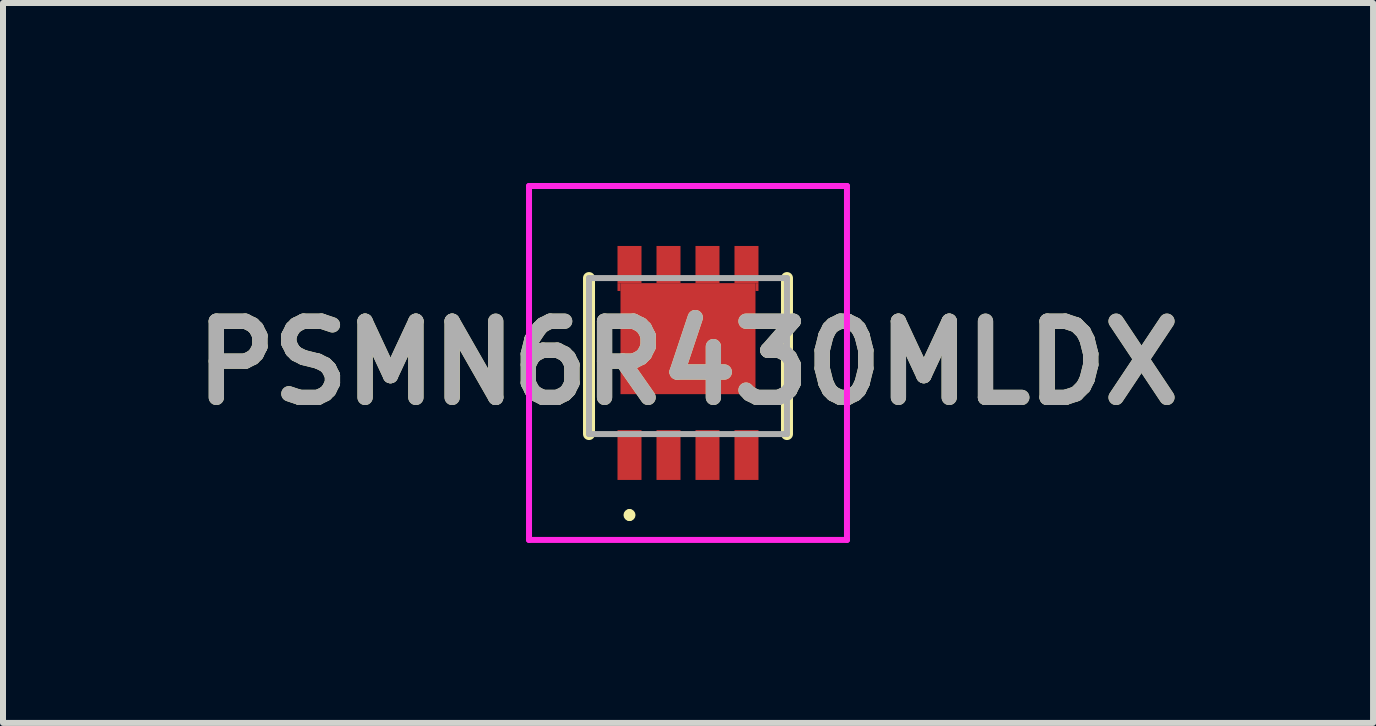
<source format=kicad_pcb>
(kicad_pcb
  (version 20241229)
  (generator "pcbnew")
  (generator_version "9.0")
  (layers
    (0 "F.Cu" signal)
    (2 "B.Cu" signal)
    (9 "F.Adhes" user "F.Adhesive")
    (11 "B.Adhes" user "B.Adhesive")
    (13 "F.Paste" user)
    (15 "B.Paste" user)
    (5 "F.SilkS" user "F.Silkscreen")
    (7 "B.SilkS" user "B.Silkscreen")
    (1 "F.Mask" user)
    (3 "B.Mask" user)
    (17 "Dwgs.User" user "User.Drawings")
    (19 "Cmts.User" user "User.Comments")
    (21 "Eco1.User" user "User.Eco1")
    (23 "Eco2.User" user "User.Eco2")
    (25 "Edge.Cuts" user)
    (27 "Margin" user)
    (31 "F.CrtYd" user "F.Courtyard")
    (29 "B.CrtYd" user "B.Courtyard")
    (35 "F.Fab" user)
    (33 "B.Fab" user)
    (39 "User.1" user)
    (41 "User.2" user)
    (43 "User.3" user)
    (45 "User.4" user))
  (footprint "PSMN6R430MLDX"
    (layer "F.Cu")
    (at 8.418 2.885)
    (property "Reference" "PSMN6R430MLDX" (at 0 0.115 0) (layer "F.SilkS") (effects (font (size 1.27 1.27) (thickness 0.254))))
    (attr smd)
    (fp_line (start -1.65 -1.3) (end -1.65 1.3) (stroke (width 0.2) (type solid)) (layer "F.SilkS"))
    (fp_line (start -0.975 2.6) (end -0.975 2.6) (stroke (width 0.1) (type solid)) (layer "F.SilkS"))
    (fp_line (start -0.975 2.7) (end -0.975 2.7) (stroke (width 0.1) (type solid)) (layer "F.SilkS"))
    (fp_line (start 1.65 1.3) (end 1.65 -1.3) (stroke (width 0.2) (type solid)) (layer "F.SilkS"))
    (fp_arc (start -0.975 2.6) (mid -0.925 2.65) (end -0.975 2.7) (stroke (width 0.1) (type solid)) (layer "F.SilkS"))
    (fp_arc (start -0.975 2.7) (mid -1.025 2.65) (end -0.975 2.6) (stroke (width 0.1) (type solid)) (layer "F.SilkS"))
    (fp_line (start -2.65 -2.835) (end 2.65 -2.835) (stroke (width 0.1) (type solid)) (layer "F.CrtYd"))
    (fp_line (start -2.65 3.065) (end -2.65 -2.835) (stroke (width 0.1) (type solid)) (layer "F.CrtYd"))
    (fp_line (start 2.65 -2.835) (end 2.65 3.065) (stroke (width 0.1) (type solid)) (layer "F.CrtYd"))
    (fp_line (start 2.65 3.065) (end -2.65 3.065) (stroke (width 0.1) (type solid)) (layer "F.CrtYd"))
    (fp_line (start -1.65 -1.3) (end -1.65 1.3) (stroke (width 0.1) (type solid)) (layer "F.Fab"))
    (fp_line (start -1.65 1.3) (end 1.65 1.3) (stroke (width 0.1) (type solid)) (layer "F.Fab"))
    (fp_line (start 1.65 -1.3) (end -1.65 -1.3) (stroke (width 0.1) (type solid)) (layer "F.Fab"))
    (fp_line (start 1.65 1.3) (end 1.65 -1.3) (stroke (width 0.1) (type solid)) (layer "F.Fab"))
    (fp_text user "${REFERENCE}" (at 0 0.115 0) (layer "F.Fab") (effects (font (size 1.27 1.27) (thickness 0.254))))
    (pad "1" smd rect (at -0.975 1.65) (size 0.4 0.83) (layers "F.Cu" "F.Mask" "F.Paste"))
    (pad "2" smd rect (at -0.325 1.65) (size 0.4 0.83) (layers "F.Cu" "F.Mask" "F.Paste"))
    (pad "3" smd rect (at 0.325 1.65) (size 0.4 0.83) (layers "F.Cu" "F.Mask" "F.Paste"))
    (pad "4" smd rect (at 0.975 1.65) (size 0.4 0.83) (layers "F.Cu" "F.Mask" "F.Paste"))
    (pad "5" smd rect (at 0.975 -1.525) (size 0.4 0.62) (layers "F.Cu" "F.Mask" "F.Paste"))
    (pad "6" smd rect (at 0.325 -1.525) (size 0.4 0.62) (layers "F.Cu" "F.Mask" "F.Paste"))
    (pad "7" smd rect (at -0.325 -1.525) (size 0.4 0.62) (layers "F.Cu" "F.Mask" "F.Paste"))
    (pad "8" smd rect (at -0.975 -1.525) (size 0.4 0.62) (layers "F.Cu" "F.Mask" "F.Paste"))
    (pad "9" smd rect (at 0 -0.29 90) (size 1.85 2.25) (layers "F.Cu" "F.Mask" "F.Paste"))
    (pad "10" smd rect (at -1.15 -1.15) (size 0.05 0.13) (layers "F.Cu" "F.Mask" "F.Paste"))
    (pad "11" smd rect (at 1.15 -1.15) (size 0.05 0.13) (layers "F.Cu" "F.Mask" "F.Paste")))
  (gr_rect
    (start -3 -3)
    (end 19.837 9)
    (stroke (width 0.1) (type default))
    (fill no)
    (layer "Edge.Cuts")))
</source>
